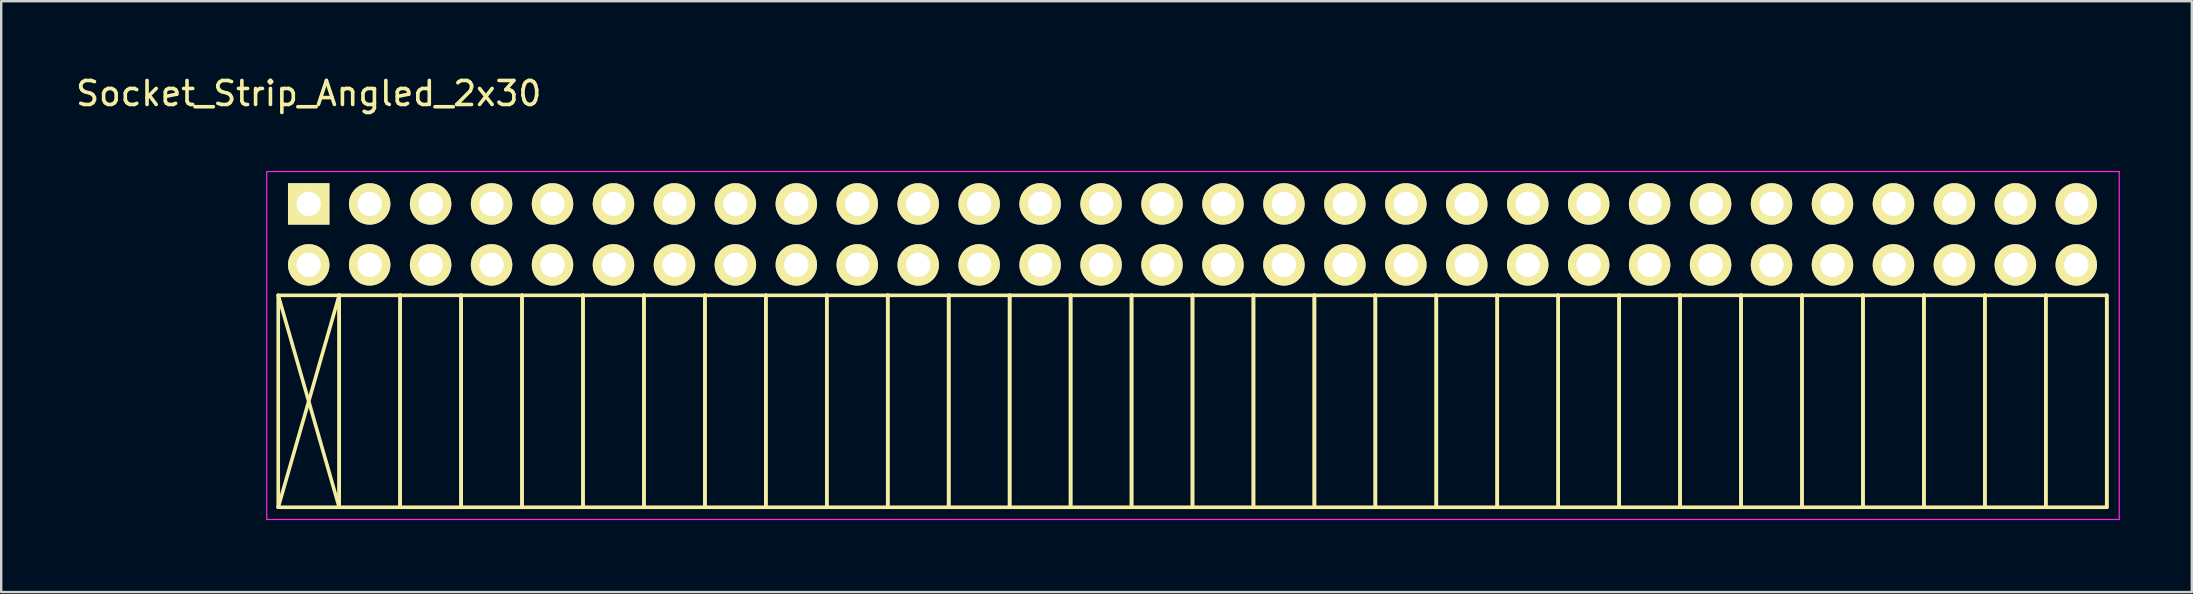
<source format=kicad_pcb>
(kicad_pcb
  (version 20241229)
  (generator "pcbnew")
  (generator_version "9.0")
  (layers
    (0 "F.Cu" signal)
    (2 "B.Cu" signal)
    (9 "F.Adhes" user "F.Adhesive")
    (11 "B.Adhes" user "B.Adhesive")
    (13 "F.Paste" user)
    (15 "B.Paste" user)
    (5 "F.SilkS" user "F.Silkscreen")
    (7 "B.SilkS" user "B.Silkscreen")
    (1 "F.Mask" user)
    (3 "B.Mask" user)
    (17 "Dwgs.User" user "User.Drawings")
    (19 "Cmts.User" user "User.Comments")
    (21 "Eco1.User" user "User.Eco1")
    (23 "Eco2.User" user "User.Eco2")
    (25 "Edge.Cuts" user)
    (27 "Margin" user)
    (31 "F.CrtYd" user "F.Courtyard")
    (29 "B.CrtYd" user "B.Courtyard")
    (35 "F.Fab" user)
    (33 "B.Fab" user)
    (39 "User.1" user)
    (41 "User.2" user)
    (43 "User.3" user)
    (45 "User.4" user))
  (footprint "Socket_Strip_Angled_2x30"
    (layer "F.Cu")
    (at 9.815 5.448)
    (property "Reference" "Socket_Strip_Angled_2x30" (at 0 -4.6 0) (layer "F.SilkS") (effects (font (size 1 1) (thickness 0.15))))
    (attr through_hole)
    (fp_line (start -1.27 3.81) (end -1.27 12.64) (stroke (width 0.15) (type solid)) (layer "F.SilkS"))
    (fp_line (start -1.27 3.81) (end 1.27 3.81) (stroke (width 0.15) (type solid)) (layer "F.SilkS"))
    (fp_line (start -1.27 3.81) (end 1.27 12.64) (stroke (width 0.15) (type solid)) (layer "F.SilkS"))
    (fp_line (start -1.27 12.64) (end 1.27 3.81) (stroke (width 0.15) (type solid)) (layer "F.SilkS"))
    (fp_line (start -1.27 12.64) (end 1.27 12.64) (stroke (width 0.15) (type solid)) (layer "F.SilkS"))
    (fp_line (start 1.27 3.81) (end 1.27 12.64) (stroke (width 0.15) (type solid)) (layer "F.SilkS"))
    (fp_line (start 1.27 3.81) (end 3.81 3.81) (stroke (width 0.15) (type solid)) (layer "F.SilkS"))
    (fp_line (start 1.27 12.64) (end 1.27 3.81) (stroke (width 0.15) (type solid)) (layer "F.SilkS"))
    (fp_line (start 1.27 12.64) (end 3.81 12.64) (stroke (width 0.15) (type solid)) (layer "F.SilkS"))
    (fp_line (start 3.81 3.81) (end 3.81 12.64) (stroke (width 0.15) (type solid)) (layer "F.SilkS"))
    (fp_line (start 3.81 3.81) (end 6.35 3.81) (stroke (width 0.15) (type solid)) (layer "F.SilkS"))
    (fp_line (start 3.81 12.64) (end 3.81 3.81) (stroke (width 0.15) (type solid)) (layer "F.SilkS"))
    (fp_line (start 3.81 12.64) (end 6.35 12.64) (stroke (width 0.15) (type solid)) (layer "F.SilkS"))
    (fp_line (start 6.35 3.81) (end 6.35 12.64) (stroke (width 0.15) (type solid)) (layer "F.SilkS"))
    (fp_line (start 6.35 3.81) (end 8.89 3.81) (stroke (width 0.15) (type solid)) (layer "F.SilkS"))
    (fp_line (start 6.35 12.64) (end 6.35 3.81) (stroke (width 0.15) (type solid)) (layer "F.SilkS"))
    (fp_line (start 6.35 12.64) (end 8.89 12.64) (stroke (width 0.15) (type solid)) (layer "F.SilkS"))
    (fp_line (start 8.89 3.81) (end 8.89 12.64) (stroke (width 0.15) (type solid)) (layer "F.SilkS"))
    (fp_line (start 8.89 3.81) (end 11.43 3.81) (stroke (width 0.15) (type solid)) (layer "F.SilkS"))
    (fp_line (start 8.89 12.64) (end 8.89 3.81) (stroke (width 0.15) (type solid)) (layer "F.SilkS"))
    (fp_line (start 8.89 12.64) (end 11.43 12.64) (stroke (width 0.15) (type solid)) (layer "F.SilkS"))
    (fp_line (start 11.43 3.81) (end 11.43 12.64) (stroke (width 0.15) (type solid)) (layer "F.SilkS"))
    (fp_line (start 11.43 3.81) (end 13.97 3.81) (stroke (width 0.15) (type solid)) (layer "F.SilkS"))
    (fp_line (start 11.43 12.64) (end 11.43 3.81) (stroke (width 0.15) (type solid)) (layer "F.SilkS"))
    (fp_line (start 11.43 12.64) (end 13.97 12.64) (stroke (width 0.15) (type solid)) (layer "F.SilkS"))
    (fp_line (start 13.97 3.81) (end 13.97 12.64) (stroke (width 0.15) (type solid)) (layer "F.SilkS"))
    (fp_line (start 13.97 3.81) (end 16.51 3.81) (stroke (width 0.15) (type solid)) (layer "F.SilkS"))
    (fp_line (start 13.97 12.64) (end 13.97 3.81) (stroke (width 0.15) (type solid)) (layer "F.SilkS"))
    (fp_line (start 13.97 12.64) (end 16.51 12.64) (stroke (width 0.15) (type solid)) (layer "F.SilkS"))
    (fp_line (start 16.51 3.81) (end 16.51 12.64) (stroke (width 0.15) (type solid)) (layer "F.SilkS"))
    (fp_line (start 16.51 3.81) (end 19.05 3.81) (stroke (width 0.15) (type solid)) (layer "F.SilkS"))
    (fp_line (start 16.51 12.64) (end 16.51 3.81) (stroke (width 0.15) (type solid)) (layer "F.SilkS"))
    (fp_line (start 16.51 12.64) (end 19.05 12.64) (stroke (width 0.15) (type solid)) (layer "F.SilkS"))
    (fp_line (start 19.05 3.81) (end 19.05 12.64) (stroke (width 0.15) (type solid)) (layer "F.SilkS"))
    (fp_line (start 19.05 3.81) (end 21.59 3.81) (stroke (width 0.15) (type solid)) (layer "F.SilkS"))
    (fp_line (start 19.05 12.64) (end 19.05 3.81) (stroke (width 0.15) (type solid)) (layer "F.SilkS"))
    (fp_line (start 19.05 12.64) (end 21.59 12.64) (stroke (width 0.15) (type solid)) (layer "F.SilkS"))
    (fp_line (start 21.59 3.81) (end 21.59 12.64) (stroke (width 0.15) (type solid)) (layer "F.SilkS"))
    (fp_line (start 21.59 3.81) (end 24.13 3.81) (stroke (width 0.15) (type solid)) (layer "F.SilkS"))
    (fp_line (start 21.59 12.64) (end 21.59 3.81) (stroke (width 0.15) (type solid)) (layer "F.SilkS"))
    (fp_line (start 21.59 12.64) (end 24.13 12.64) (stroke (width 0.15) (type solid)) (layer "F.SilkS"))
    (fp_line (start 24.13 3.81) (end 24.13 12.64) (stroke (width 0.15) (type solid)) (layer "F.SilkS"))
    (fp_line (start 24.13 3.81) (end 26.67 3.81) (stroke (width 0.15) (type solid)) (layer "F.SilkS"))
    (fp_line (start 24.13 12.64) (end 24.13 3.81) (stroke (width 0.15) (type solid)) (layer "F.SilkS"))
    (fp_line (start 24.13 12.64) (end 26.67 12.64) (stroke (width 0.15) (type solid)) (layer "F.SilkS"))
    (fp_line (start 26.67 3.81) (end 26.67 12.64) (stroke (width 0.15) (type solid)) (layer "F.SilkS"))
    (fp_line (start 26.67 3.81) (end 29.21 3.81) (stroke (width 0.15) (type solid)) (layer "F.SilkS"))
    (fp_line (start 26.67 12.64) (end 26.67 3.81) (stroke (width 0.15) (type solid)) (layer "F.SilkS"))
    (fp_line (start 26.67 12.64) (end 29.21 12.64) (stroke (width 0.15) (type solid)) (layer "F.SilkS"))
    (fp_line (start 29.21 3.81) (end 29.21 12.64) (stroke (width 0.15) (type solid)) (layer "F.SilkS"))
    (fp_line (start 29.21 3.81) (end 31.75 3.81) (stroke (width 0.15) (type solid)) (layer "F.SilkS"))
    (fp_line (start 29.21 12.64) (end 29.21 3.81) (stroke (width 0.15) (type solid)) (layer "F.SilkS"))
    (fp_line (start 29.21 12.64) (end 31.75 12.64) (stroke (width 0.15) (type solid)) (layer "F.SilkS"))
    (fp_line (start 31.75 3.81) (end 31.75 12.64) (stroke (width 0.15) (type solid)) (layer "F.SilkS"))
    (fp_line (start 31.75 3.81) (end 34.29 3.81) (stroke (width 0.15) (type solid)) (layer "F.SilkS"))
    (fp_line (start 31.75 12.64) (end 31.75 3.81) (stroke (width 0.15) (type solid)) (layer "F.SilkS"))
    (fp_line (start 31.75 12.64) (end 34.29 12.64) (stroke (width 0.15) (type solid)) (layer "F.SilkS"))
    (fp_line (start 34.29 3.81) (end 34.29 12.64) (stroke (width 0.15) (type solid)) (layer "F.SilkS"))
    (fp_line (start 34.29 3.81) (end 36.83 3.81) (stroke (width 0.15) (type solid)) (layer "F.SilkS"))
    (fp_line (start 34.29 12.64) (end 34.29 3.81) (stroke (width 0.15) (type solid)) (layer "F.SilkS"))
    (fp_line (start 34.29 12.64) (end 36.83 12.64) (stroke (width 0.15) (type solid)) (layer "F.SilkS"))
    (fp_line (start 36.83 3.81) (end 36.83 12.64) (stroke (width 0.15) (type solid)) (layer "F.SilkS"))
    (fp_line (start 36.83 3.81) (end 39.37 3.81) (stroke (width 0.15) (type solid)) (layer "F.SilkS"))
    (fp_line (start 36.83 12.64) (end 36.83 3.81) (stroke (width 0.15) (type solid)) (layer "F.SilkS"))
    (fp_line (start 36.83 12.64) (end 39.37 12.64) (stroke (width 0.15) (type solid)) (layer "F.SilkS"))
    (fp_line (start 39.37 3.81) (end 39.37 12.64) (stroke (width 0.15) (type solid)) (layer "F.SilkS"))
    (fp_line (start 39.37 3.81) (end 41.91 3.81) (stroke (width 0.15) (type solid)) (layer "F.SilkS"))
    (fp_line (start 39.37 12.64) (end 39.37 3.81) (stroke (width 0.15) (type solid)) (layer "F.SilkS"))
    (fp_line (start 39.37 12.64) (end 41.91 12.64) (stroke (width 0.15) (type solid)) (layer "F.SilkS"))
    (fp_line (start 41.91 3.81) (end 41.91 12.64) (stroke (width 0.15) (type solid)) (layer "F.SilkS"))
    (fp_line (start 41.91 3.81) (end 44.45 3.81) (stroke (width 0.15) (type solid)) (layer "F.SilkS"))
    (fp_line (start 41.91 12.64) (end 41.91 3.81) (stroke (width 0.15) (type solid)) (layer "F.SilkS"))
    (fp_line (start 41.91 12.64) (end 44.45 12.64) (stroke (width 0.15) (type solid)) (layer "F.SilkS"))
    (fp_line (start 44.45 3.81) (end 44.45 12.64) (stroke (width 0.15) (type solid)) (layer "F.SilkS"))
    (fp_line (start 44.45 3.81) (end 46.99 3.81) (stroke (width 0.15) (type solid)) (layer "F.SilkS"))
    (fp_line (start 44.45 12.64) (end 44.45 3.81) (stroke (width 0.15) (type solid)) (layer "F.SilkS"))
    (fp_line (start 44.45 12.64) (end 46.99 12.64) (stroke (width 0.15) (type solid)) (layer "F.SilkS"))
    (fp_line (start 46.99 3.81) (end 46.99 12.64) (stroke (width 0.15) (type solid)) (layer "F.SilkS"))
    (fp_line (start 46.99 3.81) (end 49.53 3.81) (stroke (width 0.15) (type solid)) (layer "F.SilkS"))
    (fp_line (start 46.99 12.64) (end 46.99 3.81) (stroke (width 0.15) (type solid)) (layer "F.SilkS"))
    (fp_line (start 46.99 12.64) (end 49.53 12.64) (stroke (width 0.15) (type solid)) (layer "F.SilkS"))
    (fp_line (start 49.53 3.81) (end 49.53 12.64) (stroke (width 0.15) (type solid)) (layer "F.SilkS"))
    (fp_line (start 49.53 3.81) (end 52.07 3.81) (stroke (width 0.15) (type solid)) (layer "F.SilkS"))
    (fp_line (start 49.53 12.64) (end 49.53 3.81) (stroke (width 0.15) (type solid)) (layer "F.SilkS"))
    (fp_line (start 49.53 12.64) (end 52.07 12.64) (stroke (width 0.15) (type solid)) (layer "F.SilkS"))
    (fp_line (start 52.07 3.81) (end 52.07 12.64) (stroke (width 0.15) (type solid)) (layer "F.SilkS"))
    (fp_line (start 52.07 3.81) (end 54.61 3.81) (stroke (width 0.15) (type solid)) (layer "F.SilkS"))
    (fp_line (start 52.07 12.64) (end 52.07 3.81) (stroke (width 0.15) (type solid)) (layer "F.SilkS"))
    (fp_line (start 52.07 12.64) (end 54.61 12.64) (stroke (width 0.15) (type solid)) (layer "F.SilkS"))
    (fp_line (start 54.61 3.81) (end 54.61 12.64) (stroke (width 0.15) (type solid)) (layer "F.SilkS"))
    (fp_line (start 54.61 3.81) (end 57.15 3.81) (stroke (width 0.15) (type solid)) (layer "F.SilkS"))
    (fp_line (start 54.61 12.64) (end 54.61 3.81) (stroke (width 0.15) (type solid)) (layer "F.SilkS"))
    (fp_line (start 54.61 12.64) (end 57.15 12.64) (stroke (width 0.15) (type solid)) (layer "F.SilkS"))
    (fp_line (start 57.15 3.81) (end 57.15 12.64) (stroke (width 0.15) (type solid)) (layer "F.SilkS"))
    (fp_line (start 57.15 3.81) (end 59.69 3.81) (stroke (width 0.15) (type solid)) (layer "F.SilkS"))
    (fp_line (start 57.15 12.64) (end 57.15 3.81) (stroke (width 0.15) (type solid)) (layer "F.SilkS"))
    (fp_line (start 57.15 12.64) (end 59.69 12.64) (stroke (width 0.15) (type solid)) (layer "F.SilkS"))
    (fp_line (start 59.69 3.81) (end 59.69 12.64) (stroke (width 0.15) (type solid)) (layer "F.SilkS"))
    (fp_line (start 59.69 3.81) (end 62.23 3.81) (stroke (width 0.15) (type solid)) (layer "F.SilkS"))
    (fp_line (start 59.69 12.64) (end 59.69 3.81) (stroke (width 0.15) (type solid)) (layer "F.SilkS"))
    (fp_line (start 59.69 12.64) (end 62.23 12.64) (stroke (width 0.15) (type solid)) (layer "F.SilkS"))
    (fp_line (start 62.23 3.81) (end 62.23 12.64) (stroke (width 0.15) (type solid)) (layer "F.SilkS"))
    (fp_line (start 62.23 3.81) (end 64.77 3.81) (stroke (width 0.15) (type solid)) (layer "F.SilkS"))
    (fp_line (start 62.23 12.64) (end 62.23 3.81) (stroke (width 0.15) (type solid)) (layer "F.SilkS"))
    (fp_line (start 62.23 12.64) (end 64.77 12.64) (stroke (width 0.15) (type solid)) (layer "F.SilkS"))
    (fp_line (start 64.77 3.81) (end 64.77 12.64) (stroke (width 0.15) (type solid)) (layer "F.SilkS"))
    (fp_line (start 64.77 3.81) (end 67.31 3.81) (stroke (width 0.15) (type solid)) (layer "F.SilkS"))
    (fp_line (start 64.77 12.64) (end 64.77 3.81) (stroke (width 0.15) (type solid)) (layer "F.SilkS"))
    (fp_line (start 64.77 12.64) (end 67.31 12.64) (stroke (width 0.15) (type solid)) (layer "F.SilkS"))
    (fp_line (start 67.31 3.81) (end 67.31 12.64) (stroke (width 0.15) (type solid)) (layer "F.SilkS"))
    (fp_line (start 67.31 3.81) (end 69.85 3.81) (stroke (width 0.15) (type solid)) (layer "F.SilkS"))
    (fp_line (start 67.31 12.64) (end 67.31 3.81) (stroke (width 0.15) (type solid)) (layer "F.SilkS"))
    (fp_line (start 67.31 12.64) (end 69.85 12.64) (stroke (width 0.15) (type solid)) (layer "F.SilkS"))
    (fp_line (start 69.85 3.81) (end 69.85 12.64) (stroke (width 0.15) (type solid)) (layer "F.SilkS"))
    (fp_line (start 69.85 3.81) (end 72.39 3.81) (stroke (width 0.15) (type solid)) (layer "F.SilkS"))
    (fp_line (start 69.85 12.64) (end 69.85 3.81) (stroke (width 0.15) (type solid)) (layer "F.SilkS"))
    (fp_line (start 69.85 12.64) (end 72.39 12.64) (stroke (width 0.15) (type solid)) (layer "F.SilkS"))
    (fp_line (start 72.39 3.81) (end 72.39 12.64) (stroke (width 0.15) (type solid)) (layer "F.SilkS"))
    (fp_line (start 72.39 3.81) (end 74.93 3.81) (stroke (width 0.15) (type solid)) (layer "F.SilkS"))
    (fp_line (start 72.39 12.64) (end 72.39 3.81) (stroke (width 0.15) (type solid)) (layer "F.SilkS"))
    (fp_line (start 72.39 12.64) (end 74.93 12.64) (stroke (width 0.15) (type solid)) (layer "F.SilkS"))
    (fp_line (start 74.93 3.81) (end 74.93 12.64) (stroke (width 0.15) (type solid)) (layer "F.SilkS"))
    (fp_line (start 74.93 12.64) (end 74.93 3.81) (stroke (width 0.15) (type solid)) (layer "F.SilkS"))
    (fp_line (start -1.75 -1.35) (end -1.75 13.15) (stroke (width 0.05) (type solid)) (layer "F.CrtYd"))
    (fp_line (start -1.75 -1.35) (end 75.45 -1.35) (stroke (width 0.05) (type solid)) (layer "F.CrtYd"))
    (fp_line (start -1.75 13.15) (end 75.45 13.15) (stroke (width 0.05) (type solid)) (layer "F.CrtYd"))
    (fp_line (start 75.45 -1.35) (end 75.45 13.15) (stroke (width 0.05) (type solid)) (layer "F.CrtYd"))
    (pad "1" thru_hole rect (at 0 0) (size 1.727 1.727) (drill 1.016) (layers "*.Cu" "*.Mask" "F.SilkS"))
    (pad "2" thru_hole oval (at 0 2.54) (size 1.727 1.727) (drill 1.016) (layers "*.Cu" "*.Mask" "F.SilkS"))
    (pad "3" thru_hole oval (at 2.54 0) (size 1.727 1.727) (drill 1.016) (layers "*.Cu" "*.Mask" "F.SilkS"))
    (pad "4" thru_hole oval (at 2.54 2.54) (size 1.727 1.727) (drill 1.016) (layers "*.Cu" "*.Mask" "F.SilkS"))
    (pad "5" thru_hole oval (at 5.08 0) (size 1.727 1.727) (drill 1.016) (layers "*.Cu" "*.Mask" "F.SilkS"))
    (pad "6" thru_hole oval (at 5.08 2.54) (size 1.727 1.727) (drill 1.016) (layers "*.Cu" "*.Mask" "F.SilkS"))
    (pad "7" thru_hole oval (at 7.62 0) (size 1.727 1.727) (drill 1.016) (layers "*.Cu" "*.Mask" "F.SilkS"))
    (pad "8" thru_hole oval (at 7.62 2.54) (size 1.727 1.727) (drill 1.016) (layers "*.Cu" "*.Mask" "F.SilkS"))
    (pad "9" thru_hole oval (at 10.16 0) (size 1.727 1.727) (drill 1.016) (layers "*.Cu" "*.Mask" "F.SilkS"))
    (pad "10" thru_hole oval (at 10.16 2.54) (size 1.727 1.727) (drill 1.016) (layers "*.Cu" "*.Mask" "F.SilkS"))
    (pad "11" thru_hole oval (at 12.7 0) (size 1.727 1.727) (drill 1.016) (layers "*.Cu" "*.Mask" "F.SilkS"))
    (pad "12" thru_hole oval (at 12.7 2.54) (size 1.727 1.727) (drill 1.016) (layers "*.Cu" "*.Mask" "F.SilkS"))
    (pad "13" thru_hole oval (at 15.24 0) (size 1.727 1.727) (drill 1.016) (layers "*.Cu" "*.Mask" "F.SilkS"))
    (pad "14" thru_hole oval (at 15.24 2.54) (size 1.727 1.727) (drill 1.016) (layers "*.Cu" "*.Mask" "F.SilkS"))
    (pad "15" thru_hole oval (at 17.78 0) (size 1.727 1.727) (drill 1.016) (layers "*.Cu" "*.Mask" "F.SilkS"))
    (pad "16" thru_hole oval (at 17.78 2.54) (size 1.727 1.727) (drill 1.016) (layers "*.Cu" "*.Mask" "F.SilkS"))
    (pad "17" thru_hole oval (at 20.32 0) (size 1.727 1.727) (drill 1.016) (layers "*.Cu" "*.Mask" "F.SilkS"))
    (pad "18" thru_hole oval (at 20.32 2.54) (size 1.727 1.727) (drill 1.016) (layers "*.Cu" "*.Mask" "F.SilkS"))
    (pad "19" thru_hole oval (at 22.86 0) (size 1.727 1.727) (drill 1.016) (layers "*.Cu" "*.Mask" "F.SilkS"))
    (pad "20" thru_hole oval (at 22.86 2.54) (size 1.727 1.727) (drill 1.016) (layers "*.Cu" "*.Mask" "F.SilkS"))
    (pad "21" thru_hole oval (at 25.4 0) (size 1.727 1.727) (drill 1.016) (layers "*.Cu" "*.Mask" "F.SilkS"))
    (pad "22" thru_hole oval (at 25.4 2.54) (size 1.727 1.727) (drill 1.016) (layers "*.Cu" "*.Mask" "F.SilkS"))
    (pad "23" thru_hole oval (at 27.94 0) (size 1.727 1.727) (drill 1.016) (layers "*.Cu" "*.Mask" "F.SilkS"))
    (pad "24" thru_hole oval (at 27.94 2.54) (size 1.727 1.727) (drill 1.016) (layers "*.Cu" "*.Mask" "F.SilkS"))
    (pad "25" thru_hole oval (at 30.48 0) (size 1.727 1.727) (drill 1.016) (layers "*.Cu" "*.Mask" "F.SilkS"))
    (pad "26" thru_hole oval (at 30.48 2.54) (size 1.727 1.727) (drill 1.016) (layers "*.Cu" "*.Mask" "F.SilkS"))
    (pad "27" thru_hole oval (at 33.02 0) (size 1.727 1.727) (drill 1.016) (layers "*.Cu" "*.Mask" "F.SilkS"))
    (pad "28" thru_hole oval (at 33.02 2.54) (size 1.727 1.727) (drill 1.016) (layers "*.Cu" "*.Mask" "F.SilkS"))
    (pad "29" thru_hole oval (at 35.56 0) (size 1.727 1.727) (drill 1.016) (layers "*.Cu" "*.Mask" "F.SilkS"))
    (pad "30" thru_hole oval (at 35.56 2.54) (size 1.727 1.727) (drill 1.016) (layers "*.Cu" "*.Mask" "F.SilkS"))
    (pad "31" thru_hole oval (at 38.1 0) (size 1.727 1.727) (drill 1.016) (layers "*.Cu" "*.Mask" "F.SilkS"))
    (pad "32" thru_hole oval (at 38.1 2.54) (size 1.727 1.727) (drill 1.016) (layers "*.Cu" "*.Mask" "F.SilkS"))
    (pad "33" thru_hole oval (at 40.64 0) (size 1.727 1.727) (drill 1.016) (layers "*.Cu" "*.Mask" "F.SilkS"))
    (pad "34" thru_hole oval (at 40.64 2.54) (size 1.727 1.727) (drill 1.016) (layers "*.Cu" "*.Mask" "F.SilkS"))
    (pad "35" thru_hole oval (at 43.18 0) (size 1.727 1.727) (drill 1.016) (layers "*.Cu" "*.Mask" "F.SilkS"))
    (pad "36" thru_hole oval (at 43.18 2.54) (size 1.727 1.727) (drill 1.016) (layers "*.Cu" "*.Mask" "F.SilkS"))
    (pad "37" thru_hole oval (at 45.72 0) (size 1.727 1.727) (drill 1.016) (layers "*.Cu" "*.Mask" "F.SilkS"))
    (pad "38" thru_hole oval (at 45.72 2.54) (size 1.727 1.727) (drill 1.016) (layers "*.Cu" "*.Mask" "F.SilkS"))
    (pad "39" thru_hole oval (at 48.26 0) (size 1.727 1.727) (drill 1.016) (layers "*.Cu" "*.Mask" "F.SilkS"))
    (pad "40" thru_hole oval (at 48.26 2.54) (size 1.727 1.727) (drill 1.016) (layers "*.Cu" "*.Mask" "F.SilkS"))
    (pad "41" thru_hole oval (at 50.8 0) (size 1.727 1.727) (drill 1.016) (layers "*.Cu" "*.Mask" "F.SilkS"))
    (pad "42" thru_hole oval (at 50.8 2.54) (size 1.727 1.727) (drill 1.016) (layers "*.Cu" "*.Mask" "F.SilkS"))
    (pad "43" thru_hole oval (at 53.34 0) (size 1.727 1.727) (drill 1.016) (layers "*.Cu" "*.Mask" "F.SilkS"))
    (pad "44" thru_hole oval (at 53.34 2.54) (size 1.727 1.727) (drill 1.016) (layers "*.Cu" "*.Mask" "F.SilkS"))
    (pad "45" thru_hole oval (at 55.88 0) (size 1.727 1.727) (drill 1.016) (layers "*.Cu" "*.Mask" "F.SilkS"))
    (pad "46" thru_hole oval (at 55.88 2.54) (size 1.727 1.727) (drill 1.016) (layers "*.Cu" "*.Mask" "F.SilkS"))
    (pad "47" thru_hole oval (at 58.42 0) (size 1.727 1.727) (drill 1.016) (layers "*.Cu" "*.Mask" "F.SilkS"))
    (pad "48" thru_hole oval (at 58.42 2.54) (size 1.727 1.727) (drill 1.016) (layers "*.Cu" "*.Mask" "F.SilkS"))
    (pad "49" thru_hole oval (at 60.96 0) (size 1.727 1.727) (drill 1.016) (layers "*.Cu" "*.Mask" "F.SilkS"))
    (pad "50" thru_hole oval (at 60.96 2.54) (size 1.727 1.727) (drill 1.016) (layers "*.Cu" "*.Mask" "F.SilkS"))
    (pad "51" thru_hole oval (at 63.5 0) (size 1.727 1.727) (drill 1.016) (layers "*.Cu" "*.Mask" "F.SilkS"))
    (pad "52" thru_hole oval (at 63.5 2.54) (size 1.727 1.727) (drill 1.016) (layers "*.Cu" "*.Mask" "F.SilkS"))
    (pad "53" thru_hole oval (at 66.04 0) (size 1.727 1.727) (drill 1.016) (layers "*.Cu" "*.Mask" "F.SilkS"))
    (pad "54" thru_hole oval (at 66.04 2.54) (size 1.727 1.727) (drill 1.016) (layers "*.Cu" "*.Mask" "F.SilkS"))
    (pad "55" thru_hole oval (at 68.58 0) (size 1.727 1.727) (drill 1.016) (layers "*.Cu" "*.Mask" "F.SilkS"))
    (pad "56" thru_hole oval (at 68.58 2.54) (size 1.727 1.727) (drill 1.016) (layers "*.Cu" "*.Mask" "F.SilkS"))
    (pad "57" thru_hole oval (at 71.12 0) (size 1.727 1.727) (drill 1.016) (layers "*.Cu" "*.Mask" "F.SilkS"))
    (pad "58" thru_hole oval (at 71.12 2.54) (size 1.727 1.727) (drill 1.016) (layers "*.Cu" "*.Mask" "F.SilkS"))
    (pad "59" thru_hole oval (at 73.66 0) (size 1.727 1.727) (drill 1.016) (layers "*.Cu" "*.Mask" "F.SilkS"))
    (pad "60" thru_hole oval (at 73.66 2.54) (size 1.727 1.727) (drill 1.016) (layers "*.Cu" "*.Mask" "F.SilkS")))
  (gr_rect
    (start -3 -3)
    (end 88.29 21.623)
    (stroke (width 0.1) (type default))
    (fill no)
    (layer "Edge.Cuts")))
</source>
